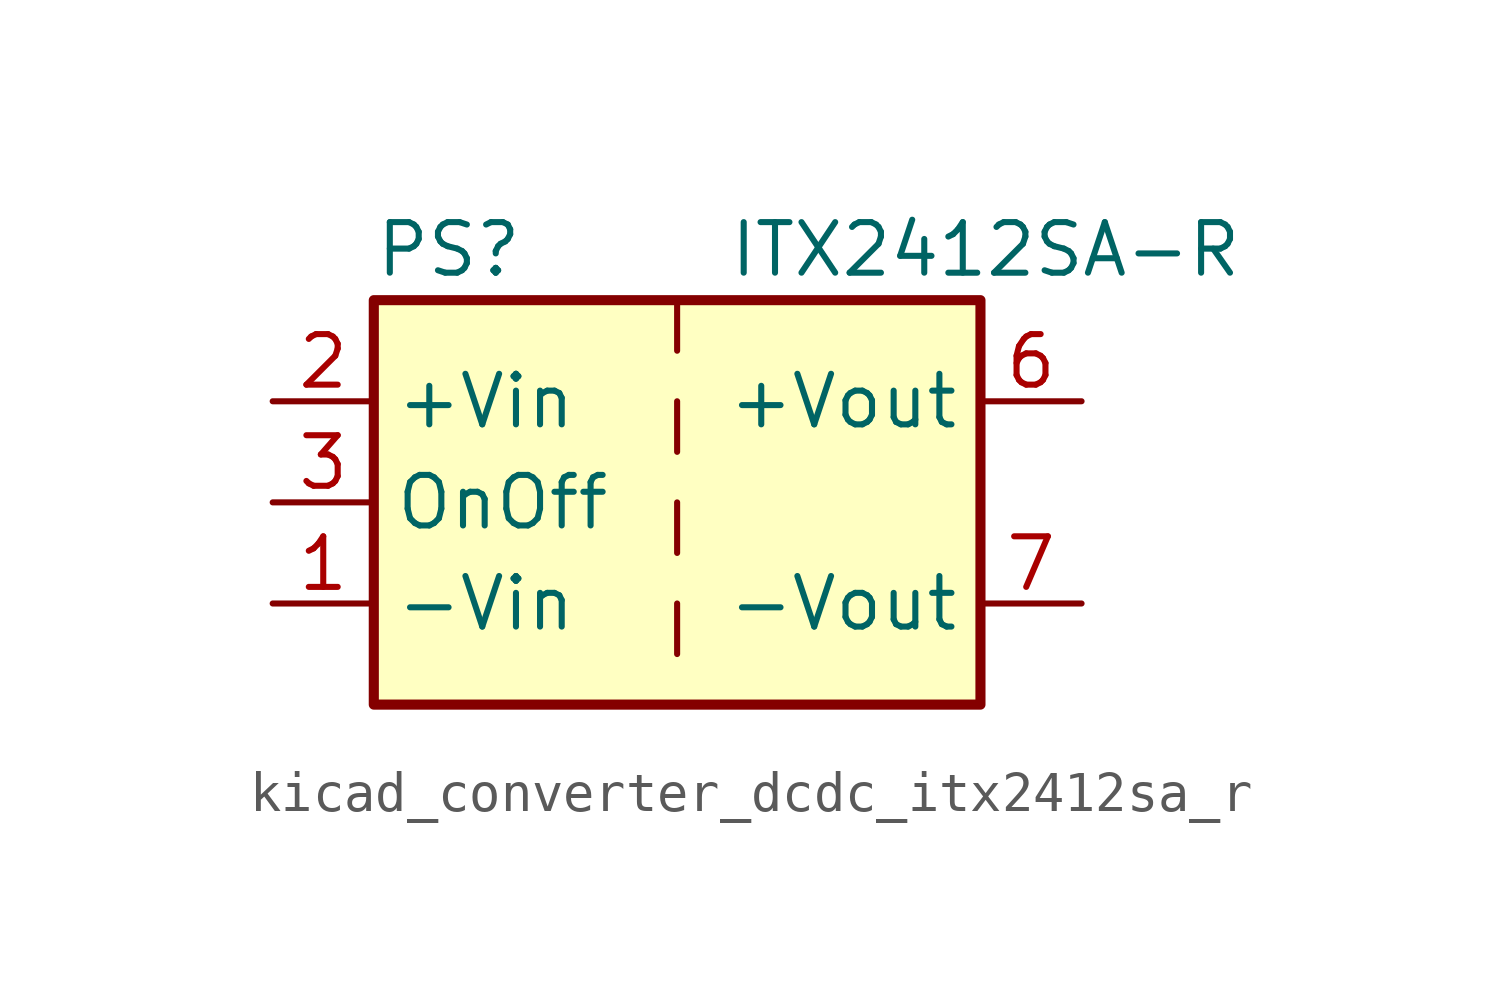
<source format=kicad_sym>
(kicad_symbol_lib
  (version 20220914)
  (generator kicad_symbol_editor)
  (symbol "kicad_converter_dcdc_itx2412sa_r"
    (property "Reference" "PS"
      (at -7.62 6.35 0)
      (effects (font (size 1.27 1.27)) (justify left)))
    (property "Value" "ITX2412SA-R"
      (at 1.27 6.35 0)
      (effects (font (size 1.27 1.27)) (justify left)))
    (symbol "kicad_converter_dcdc_itx2412sa_r_0_0"
      (pin power_in line (at -10.16 -2.54 0) (length 2.54) (name "-Vin" (effects (font (size 1.27 1.27)))) (number "1" (effects (font (size 1.27 1.27)))))
      (pin power_in line (at -10.16 2.54 0) (length 2.54) (name "+Vin" (effects (font (size 1.27 1.27)))) (number "2" (effects (font (size 1.27 1.27)))))
      (pin input line (at -10.16 0 0) (length 2.54) (name "OnOff" (effects (font (size 1.27 1.27)))) (number "3" (effects (font (size 1.27 1.27)))))
      (pin no_connect line (at 0 5.08 270) (length 2.54) hide (name "NC" (effects (font (size 1.27 1.27)))) (number "5" (effects (font (size 1.27 1.27)))))
      (pin power_out line (at 10.16 2.54 180) (length 2.54) (name "+Vout" (effects (font (size 1.27 1.27)))) (number "6" (effects (font (size 1.27 1.27)))))
      (pin power_out line (at 10.16 -2.54 180) (length 2.54) (name "-Vout" (effects (font (size 1.27 1.27)))) (number "7" (effects (font (size 1.27 1.27)))))
      (pin no_connect line (at 7.62 0 180) (length 2.54) hide (name "NC" (effects (font (size 1.27 1.27)))) (number "8" (effects (font (size 1.27 1.27))))))
    (symbol "kicad_converter_dcdc_itx2412sa_r_0_1"
      (rectangle (start -7.62 5.08) (end 7.62 -5.08) (stroke (width 0.254) (type default)) (fill (type background)))
      (polyline (pts (xy 0 -2.54) (xy 0 -3.81)) (stroke (width 0) (type default)) (fill (type none)))
      (polyline (pts (xy 0 0) (xy 0 -1.27)) (stroke (width 0) (type default)) (fill (type none)))
      (polyline (pts (xy 0 2.54) (xy 0 1.27)) (stroke (width 0) (type default)) (fill (type none)))
      (polyline (pts (xy 0 5.08) (xy 0 3.81)) (stroke (width 0) (type default)) (fill (type none))))))
</source>
